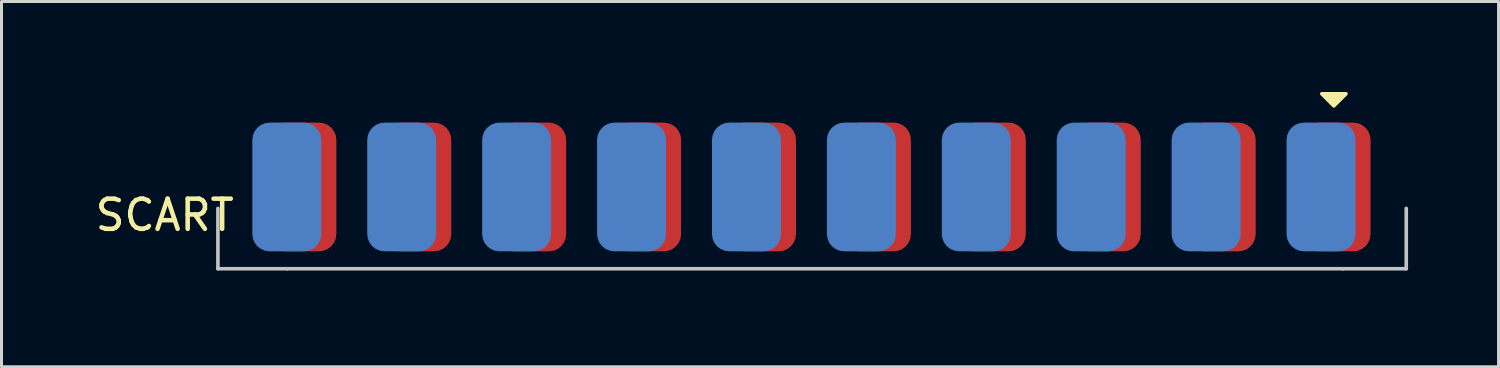
<source format=kicad_pcb>
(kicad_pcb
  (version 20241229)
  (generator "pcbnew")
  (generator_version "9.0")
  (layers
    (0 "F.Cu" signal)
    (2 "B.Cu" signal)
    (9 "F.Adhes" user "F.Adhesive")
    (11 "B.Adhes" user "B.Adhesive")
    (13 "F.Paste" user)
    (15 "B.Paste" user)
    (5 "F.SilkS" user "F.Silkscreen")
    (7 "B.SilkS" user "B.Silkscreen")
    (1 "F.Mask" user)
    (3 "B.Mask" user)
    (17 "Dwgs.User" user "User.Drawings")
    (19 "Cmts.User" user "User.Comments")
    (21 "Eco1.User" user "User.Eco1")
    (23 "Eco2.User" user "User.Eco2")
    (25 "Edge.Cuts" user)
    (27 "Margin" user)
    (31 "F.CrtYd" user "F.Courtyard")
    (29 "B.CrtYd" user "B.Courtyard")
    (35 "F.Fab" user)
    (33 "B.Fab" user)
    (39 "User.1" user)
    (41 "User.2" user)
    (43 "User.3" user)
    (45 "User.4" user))
  (footprint "SCART"
    (layer "F.Cu")
    (at 6.475 5.86)
    (property "Reference" "SCART" (at -4.064 -1.778 0) (unlocked yes) (layer "F.SilkS") (effects (font (size 1 1) (thickness 0.15))))
    (attr smd)
    (fp_poly (pts (xy 34.7 -5.4) (xy 34.3 -5.8) (xy 35.1 -5.8)) (stroke (width 0.12) (type solid)) (fill yes) (layer "F.SilkS"))
    (fp_line (start -2.3 0) (end -2.3 -2) (stroke (width 0.12) (type default)) (layer "Dwgs.User"))
    (fp_line (start 0 0) (end -2.3 0) (stroke (width 0.12) (type default)) (layer "Dwgs.User"))
    (fp_line (start 0 0) (end 35 0) (stroke (width 0.12) (type solid)) (layer "Dwgs.User"))
    (fp_line (start 35 0) (end 37.1 0) (stroke (width 0.12) (type default)) (layer "Dwgs.User"))
    (fp_line (start 37.1 0) (end 37.1 -2) (stroke (width 0.12) (type default)) (layer "Dwgs.User"))
    (pad "1" smd roundrect (at 34.774 -2.711) (size 2.286 4.267) (layers "F.Cu" "F.Mask" "F.Paste") (roundrect_rratio 0.25))
    (pad "2" smd roundrect (at 34.274 -2.711) (size 2.286 4.267) (layers "B.Cu" "B.Mask" "B.Paste") (roundrect_rratio 0.25))
    (pad "3" smd roundrect (at 30.964 -2.711) (size 2.286 4.267) (layers "F.Cu" "F.Mask" "F.Paste") (roundrect_rratio 0.25))
    (pad "4" smd roundrect (at 30.464 -2.711) (size 2.286 4.267) (layers "B.Cu" "B.Mask" "B.Paste") (roundrect_rratio 0.25))
    (pad "5" smd roundrect (at 27.154 -2.711) (size 2.286 4.267) (layers "F.Cu" "F.Mask" "F.Paste") (roundrect_rratio 0.25))
    (pad "6" smd roundrect (at 26.654 -2.711) (size 2.286 4.267) (layers "B.Cu" "B.Mask" "B.Paste") (roundrect_rratio 0.25))
    (pad "7" smd roundrect (at 23.344 -2.711) (size 2.286 4.267) (layers "F.Cu" "F.Mask" "F.Paste") (roundrect_rratio 0.25))
    (pad "8" smd roundrect (at 22.844 -2.711) (size 2.286 4.267) (layers "B.Cu" "B.Mask" "B.Paste") (roundrect_rratio 0.25))
    (pad "9" smd roundrect (at 19.534 -2.711) (size 2.286 4.267) (layers "F.Cu" "F.Mask" "F.Paste") (roundrect_rratio 0.25))
    (pad "10" smd roundrect (at 19.034 -2.711) (size 2.286 4.267) (layers "B.Cu" "B.Mask" "B.Paste") (roundrect_rratio 0.25))
    (pad "11" smd roundrect (at 15.724 -2.711) (size 2.286 4.267) (layers "F.Cu" "F.Mask" "F.Paste") (roundrect_rratio 0.25))
    (pad "12" smd roundrect (at 15.224 -2.711) (size 2.286 4.267) (layers "B.Cu" "B.Mask" "B.Paste") (roundrect_rratio 0.25))
    (pad "13" smd roundrect (at 11.914 -2.711) (size 2.286 4.267) (layers "F.Cu" "F.Mask" "F.Paste") (roundrect_rratio 0.25))
    (pad "14" smd roundrect (at 11.414 -2.711) (size 2.286 4.267) (layers "B.Cu" "B.Mask" "B.Paste") (roundrect_rratio 0.25))
    (pad "15" smd roundrect (at 8.104 -2.711) (size 2.286 4.267) (layers "F.Cu" "F.Mask" "F.Paste") (roundrect_rratio 0.25))
    (pad "16" smd roundrect (at 7.604 -2.711) (size 2.286 4.267) (layers "B.Cu" "B.Mask" "B.Paste") (roundrect_rratio 0.25))
    (pad "17" smd roundrect (at 4.294 -2.711) (size 2.286 4.267) (layers "F.Cu" "F.Mask" "F.Paste") (roundrect_rratio 0.25))
    (pad "18" smd roundrect (at 3.794 -2.711) (size 2.286 4.267) (layers "B.Cu" "B.Mask" "B.Paste") (roundrect_rratio 0.25))
    (pad "19" smd roundrect (at 0.484 -2.711) (size 2.286 4.267) (layers "F.Cu" "F.Mask" "F.Paste") (roundrect_rratio 0.25))
    (pad "20" smd roundrect (at -0.016 -2.711) (size 2.286 4.267) (layers "B.Cu" "B.Mask" "B.Paste") (roundrect_rratio 0.25)))
  (gr_rect
    (start -3 -3)
    (end 46.635 9.11)
    (stroke (width 0.1) (type default))
    (fill no)
    (layer "Edge.Cuts")))
</source>
